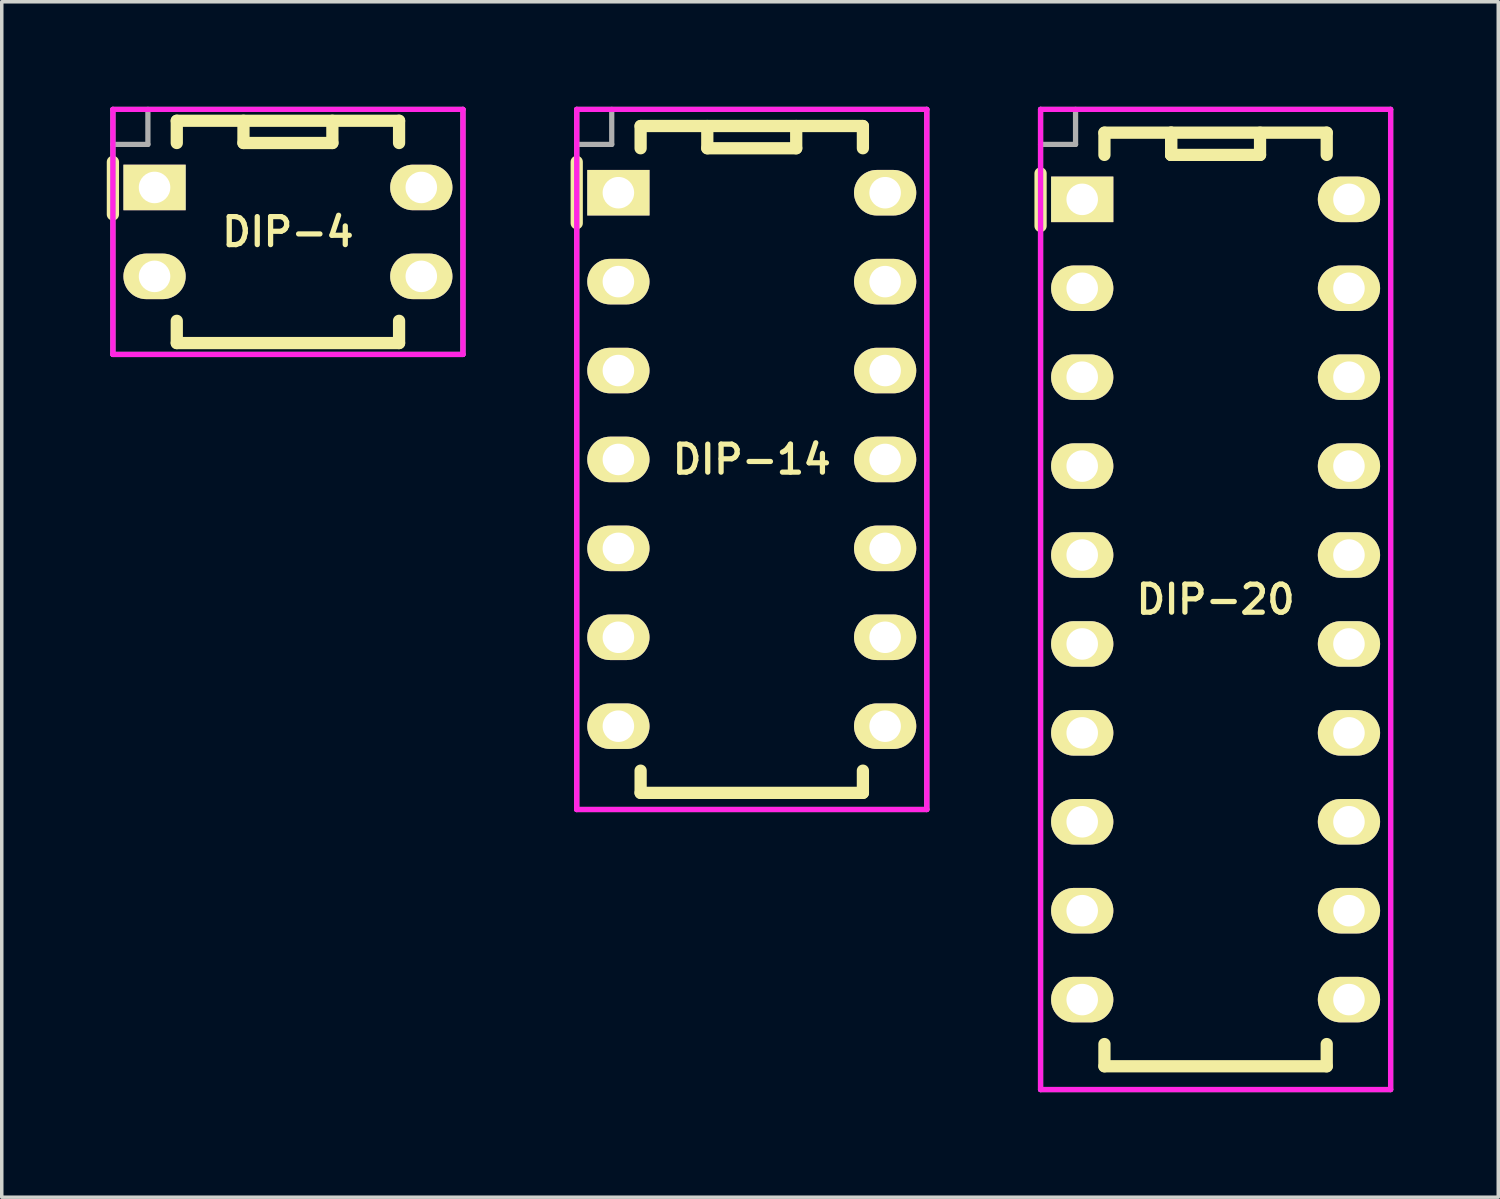
<source format=kicad_pcb>
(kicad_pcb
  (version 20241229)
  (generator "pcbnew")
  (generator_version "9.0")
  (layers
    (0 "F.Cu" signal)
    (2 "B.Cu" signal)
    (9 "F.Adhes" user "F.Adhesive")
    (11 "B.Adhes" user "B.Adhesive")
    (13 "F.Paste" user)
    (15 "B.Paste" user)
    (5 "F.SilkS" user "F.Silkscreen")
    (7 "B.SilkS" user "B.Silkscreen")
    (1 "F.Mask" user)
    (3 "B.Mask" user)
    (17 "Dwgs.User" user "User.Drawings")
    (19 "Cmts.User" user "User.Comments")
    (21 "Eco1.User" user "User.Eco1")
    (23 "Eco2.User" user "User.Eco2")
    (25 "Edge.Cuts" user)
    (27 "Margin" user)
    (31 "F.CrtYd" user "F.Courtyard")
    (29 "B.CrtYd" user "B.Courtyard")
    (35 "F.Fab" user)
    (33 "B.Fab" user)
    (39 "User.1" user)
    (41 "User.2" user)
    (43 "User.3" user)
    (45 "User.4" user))
  (footprint "DIP-14"
    (layer "F.Cu")
    (at 18.425 10.075)
    (property "Reference" "DIP-14" (at 0 0 0) (layer "F.SilkS") (effects (font (size 0.8 0.8) (thickness 0.15))))
    (attr through_hole)
    (fp_line (start -5 -8.5) (end -5 -6.75) (stroke (width 0.35) (type solid)) (layer "F.SilkS"))
    (fp_line (start -3.175 -9.525) (end 3.175 -9.525) (stroke (width 0.35) (type solid)) (layer "F.SilkS"))
    (fp_line (start -3.175 -8.89) (end -3.175 -9.525) (stroke (width 0.35) (type solid)) (layer "F.SilkS"))
    (fp_line (start -3.175 8.89) (end -3.175 9.525) (stroke (width 0.35) (type solid)) (layer "F.SilkS"))
    (fp_line (start -3.175 9.525) (end 3.175 9.525) (stroke (width 0.35) (type solid)) (layer "F.SilkS"))
    (fp_line (start -1.27 -9.525) (end -1.27 -8.89) (stroke (width 0.35) (type solid)) (layer "F.SilkS"))
    (fp_line (start -1.27 -8.89) (end 1.27 -8.89) (stroke (width 0.35) (type solid)) (layer "F.SilkS"))
    (fp_line (start 1.27 -8.89) (end 1.27 -9.525) (stroke (width 0.35) (type solid)) (layer "F.SilkS"))
    (fp_line (start 3.175 -9.525) (end 3.175 -8.89) (stroke (width 0.35) (type solid)) (layer "F.SilkS"))
    (fp_line (start 3.175 9.525) (end 3.175 8.89) (stroke (width 0.35) (type solid)) (layer "F.SilkS"))
    (fp_line (start -5 -10) (end 5 -10) (stroke (width 0.15) (type solid)) (layer "F.CrtYd"))
    (fp_line (start -5 10) (end -5 -10) (stroke (width 0.15) (type solid)) (layer "F.CrtYd"))
    (fp_line (start 5 -10) (end 5 10) (stroke (width 0.15) (type solid)) (layer "F.CrtYd"))
    (fp_line (start 5 10) (end -5 10) (stroke (width 0.15) (type solid)) (layer "F.CrtYd"))
    (fp_line (start -5 -10) (end 5 -10) (stroke (width 0.15) (type solid)) (layer "F.Fab"))
    (fp_line (start -5 10) (end -5 -10) (stroke (width 0.15) (type solid)) (layer "F.Fab"))
    (fp_line (start -4 -10) (end -4 -9) (stroke (width 0.15) (type solid)) (layer "F.Fab"))
    (fp_line (start -4 -9) (end -5 -9) (stroke (width 0.15) (type solid)) (layer "F.Fab"))
    (fp_line (start 5 -10) (end 5 10) (stroke (width 0.15) (type solid)) (layer "F.Fab"))
    (fp_line (start 5 10) (end -5 10) (stroke (width 0.15) (type solid)) (layer "F.Fab"))
    (pad "1" thru_hole rect (at -3.81 -7.62) (size 1.778 1.3) (drill 0.9) (layers "*.Cu" "*.Mask" "F.SilkS"))
    (pad "2" thru_hole oval (at -3.81 -5.08) (size 1.778 1.3) (drill 0.9) (layers "*.Cu" "*.Mask" "F.SilkS"))
    (pad "3" thru_hole oval (at -3.81 -2.54) (size 1.778 1.3) (drill 0.9) (layers "*.Cu" "*.Mask" "F.SilkS"))
    (pad "4" thru_hole oval (at -3.81 0) (size 1.778 1.3) (drill 0.9) (layers "*.Cu" "*.Mask" "F.SilkS"))
    (pad "5" thru_hole oval (at -3.81 2.54) (size 1.778 1.3) (drill 0.9) (layers "*.Cu" "*.Mask" "F.SilkS"))
    (pad "6" thru_hole oval (at -3.81 5.08) (size 1.778 1.3) (drill 0.9) (layers "*.Cu" "*.Mask" "F.SilkS"))
    (pad "7" thru_hole oval (at -3.81 7.62) (size 1.778 1.3) (drill 0.9) (layers "*.Cu" "*.Mask" "F.SilkS"))
    (pad "8" thru_hole oval (at 3.81 7.62) (size 1.778 1.3) (drill 0.9) (layers "*.Cu" "*.Mask" "F.SilkS"))
    (pad "9" thru_hole oval (at 3.81 5.08) (size 1.778 1.3) (drill 0.9) (layers "*.Cu" "*.Mask" "F.SilkS"))
    (pad "10" thru_hole oval (at 3.81 2.54) (size 1.778 1.3) (drill 0.9) (layers "*.Cu" "*.Mask" "F.SilkS"))
    (pad "11" thru_hole oval (at 3.81 0) (size 1.778 1.3) (drill 0.9) (layers "*.Cu" "*.Mask" "F.SilkS"))
    (pad "12" thru_hole oval (at 3.81 -2.54) (size 1.778 1.3) (drill 0.9) (layers "*.Cu" "*.Mask" "F.SilkS"))
    (pad "13" thru_hole oval (at 3.81 -5.08) (size 1.778 1.3) (drill 0.9) (layers "*.Cu" "*.Mask" "F.SilkS"))
    (pad "14" thru_hole oval (at 3.81 -7.62) (size 1.778 1.3) (drill 0.9) (layers "*.Cu" "*.Mask" "F.SilkS")))
  (footprint "DIP-20"
    (layer "F.Cu")
    (at 31.675 14.075)
    (property "Reference" "DIP-20" (at 0 0 0) (layer "F.SilkS") (effects (font (size 0.8 0.8) (thickness 0.15))))
    (attr through_hole)
    (fp_line (start -5 -12.17) (end -5 -10.67) (stroke (width 0.35) (type solid)) (layer "F.SilkS"))
    (fp_line (start -3.175 -13.335) (end 3.175 -13.335) (stroke (width 0.35) (type solid)) (layer "F.SilkS"))
    (fp_line (start -3.175 -12.7) (end -3.175 -13.335) (stroke (width 0.35) (type solid)) (layer "F.SilkS"))
    (fp_line (start -3.175 12.7) (end -3.175 13.335) (stroke (width 0.35) (type solid)) (layer "F.SilkS"))
    (fp_line (start -3.175 13.335) (end 3.175 13.335) (stroke (width 0.35) (type solid)) (layer "F.SilkS"))
    (fp_line (start -1.27 -13.335) (end -1.27 -12.7) (stroke (width 0.35) (type solid)) (layer "F.SilkS"))
    (fp_line (start -1.27 -12.7) (end -1.27 -13.335) (stroke (width 0.35) (type solid)) (layer "F.SilkS"))
    (fp_line (start -1.27 -12.7) (end 1.27 -12.7) (stroke (width 0.35) (type solid)) (layer "F.SilkS"))
    (fp_line (start 1.27 -12.7) (end 1.27 -13.335) (stroke (width 0.35) (type solid)) (layer "F.SilkS"))
    (fp_line (start 3.175 -13.335) (end 3.175 -12.7) (stroke (width 0.35) (type solid)) (layer "F.SilkS"))
    (fp_line (start 3.175 13.335) (end 3.175 12.7) (stroke (width 0.35) (type solid)) (layer "F.SilkS"))
    (fp_line (start -5 -14) (end 5 -14) (stroke (width 0.15) (type solid)) (layer "F.CrtYd"))
    (fp_line (start -5 14) (end -5 -14) (stroke (width 0.15) (type solid)) (layer "F.CrtYd"))
    (fp_line (start 5 -14) (end 5 14) (stroke (width 0.15) (type solid)) (layer "F.CrtYd"))
    (fp_line (start 5 14) (end -5 14) (stroke (width 0.15) (type solid)) (layer "F.CrtYd"))
    (fp_line (start -5 -14) (end 5 -14) (stroke (width 0.15) (type solid)) (layer "F.Fab"))
    (fp_line (start -5 -13) (end -4 -13) (stroke (width 0.15) (type solid)) (layer "F.Fab"))
    (fp_line (start -5 14) (end -5 -14) (stroke (width 0.15) (type solid)) (layer "F.Fab"))
    (fp_line (start -4 -13) (end -4 -14) (stroke (width 0.15) (type solid)) (layer "F.Fab"))
    (fp_line (start 5 -14) (end 5 14) (stroke (width 0.15) (type solid)) (layer "F.Fab"))
    (fp_line (start 5 14) (end -5 14) (stroke (width 0.15) (type solid)) (layer "F.Fab"))
    (pad "1" thru_hole rect (at -3.81 -11.43) (size 1.778 1.3) (drill 0.9) (layers "*.Cu" "*.Mask" "F.SilkS"))
    (pad "2" thru_hole oval (at -3.81 -8.89) (size 1.778 1.3) (drill 0.9) (layers "*.Cu" "*.Mask" "F.SilkS"))
    (pad "3" thru_hole oval (at -3.81 -6.35) (size 1.778 1.3) (drill 0.9) (layers "*.Cu" "*.Mask" "F.SilkS"))
    (pad "4" thru_hole oval (at -3.81 -3.81) (size 1.778 1.3) (drill 0.9) (layers "*.Cu" "*.Mask" "F.SilkS"))
    (pad "5" thru_hole oval (at -3.81 -1.27) (size 1.778 1.3) (drill 0.9) (layers "*.Cu" "*.Mask" "F.SilkS"))
    (pad "6" thru_hole oval (at -3.81 1.27) (size 1.778 1.3) (drill 0.9) (layers "*.Cu" "*.Mask" "F.SilkS"))
    (pad "7" thru_hole oval (at -3.81 3.81) (size 1.778 1.3) (drill 0.9) (layers "*.Cu" "*.Mask" "F.SilkS"))
    (pad "8" thru_hole oval (at -3.81 6.35) (size 1.778 1.3) (drill 0.9) (layers "*.Cu" "*.Mask" "F.SilkS"))
    (pad "9" thru_hole oval (at -3.81 8.89) (size 1.778 1.3) (drill 0.9) (layers "*.Cu" "*.Mask" "F.SilkS"))
    (pad "10" thru_hole oval (at -3.81 11.43) (size 1.778 1.3) (drill 0.9) (layers "*.Cu" "*.Mask" "F.SilkS"))
    (pad "11" thru_hole oval (at 3.81 11.43) (size 1.778 1.3) (drill 0.9) (layers "*.Cu" "*.Mask" "F.SilkS"))
    (pad "12" thru_hole oval (at 3.81 8.89) (size 1.778 1.3) (drill 0.9) (layers "*.Cu" "*.Mask" "F.SilkS"))
    (pad "13" thru_hole oval (at 3.81 6.35) (size 1.778 1.3) (drill 0.9) (layers "*.Cu" "*.Mask" "F.SilkS"))
    (pad "14" thru_hole oval (at 3.81 3.81) (size 1.778 1.3) (drill 0.9) (layers "*.Cu" "*.Mask" "F.SilkS"))
    (pad "15" thru_hole oval (at 3.81 1.27) (size 1.778 1.3) (drill 0.9) (layers "*.Cu" "*.Mask" "F.SilkS"))
    (pad "16" thru_hole oval (at 3.81 -1.27) (size 1.778 1.3) (drill 0.9) (layers "*.Cu" "*.Mask" "F.SilkS"))
    (pad "17" thru_hole oval (at 3.81 -3.81) (size 1.778 1.3) (drill 0.9) (layers "*.Cu" "*.Mask" "F.SilkS"))
    (pad "18" thru_hole oval (at 3.81 -6.35) (size 1.778 1.3) (drill 0.9) (layers "*.Cu" "*.Mask" "F.SilkS"))
    (pad "19" thru_hole oval (at 3.81 -8.89) (size 1.778 1.3) (drill 0.9) (layers "*.Cu" "*.Mask" "F.SilkS"))
    (pad "20" thru_hole oval (at 3.81 -11.43) (size 1.778 1.3) (drill 0.9) (layers "*.Cu" "*.Mask" "F.SilkS")))
  (footprint "DIP-4"
    (layer "F.Cu")
    (at 5.175 3.575)
    (property "Reference" "DIP-4" (at 0 0 0) (layer "F.SilkS") (effects (font (size 0.8 0.8) (thickness 0.15))))
    (attr through_hole)
    (fp_line (start -5 -2) (end -5 -0.5) (stroke (width 0.35) (type solid)) (layer "F.SilkS"))
    (fp_line (start -3.175 -3.175) (end -3.175 -2.54) (stroke (width 0.35) (type solid)) (layer "F.SilkS"))
    (fp_line (start -3.175 2.54) (end -3.175 3.175) (stroke (width 0.35) (type solid)) (layer "F.SilkS"))
    (fp_line (start -3.175 3.175) (end 3.175 3.175) (stroke (width 0.35) (type solid)) (layer "F.SilkS"))
    (fp_line (start -1.27 -2.54) (end -1.27 -3.175) (stroke (width 0.35) (type solid)) (layer "F.SilkS"))
    (fp_line (start 1.27 -3.175) (end 1.27 -2.54) (stroke (width 0.35) (type solid)) (layer "F.SilkS"))
    (fp_line (start 1.27 -2.54) (end -1.27 -2.54) (stroke (width 0.35) (type solid)) (layer "F.SilkS"))
    (fp_line (start 3.175 -3.175) (end -3.175 -3.175) (stroke (width 0.35) (type solid)) (layer "F.SilkS"))
    (fp_line (start 3.175 -2.54) (end 3.175 -3.175) (stroke (width 0.35) (type solid)) (layer "F.SilkS"))
    (fp_line (start 3.175 3.175) (end 3.175 2.54) (stroke (width 0.35) (type solid)) (layer "F.SilkS"))
    (fp_line (start -5 -3.5) (end 5 -3.5) (stroke (width 0.15) (type solid)) (layer "F.CrtYd"))
    (fp_line (start -5 3.5) (end -5 -3.5) (stroke (width 0.15) (type solid)) (layer "F.CrtYd"))
    (fp_line (start 5 -3.5) (end 5 3.5) (stroke (width 0.15) (type solid)) (layer "F.CrtYd"))
    (fp_line (start 5 3.5) (end -5 3.5) (stroke (width 0.15) (type solid)) (layer "F.CrtYd"))
    (fp_line (start -5 -3.5) (end 5 -3.5) (stroke (width 0.15) (type solid)) (layer "F.Fab"))
    (fp_line (start -5 3.5) (end -5 -3.5) (stroke (width 0.15) (type solid)) (layer "F.Fab"))
    (fp_line (start -4 -3.5) (end -4 -2.5) (stroke (width 0.15) (type solid)) (layer "F.Fab"))
    (fp_line (start -4 -2.5) (end -5 -2.5) (stroke (width 0.15) (type solid)) (layer "F.Fab"))
    (fp_line (start 5 -3.5) (end 5 3.5) (stroke (width 0.15) (type solid)) (layer "F.Fab"))
    (fp_line (start 5 3.5) (end -5 3.5) (stroke (width 0.15) (type solid)) (layer "F.Fab"))
    (pad "1" thru_hole rect (at -3.81 -1.27) (size 1.778 1.3) (drill 0.9) (layers "*.Cu" "*.Mask" "F.SilkS"))
    (pad "2" thru_hole oval (at -3.81 1.27) (size 1.778 1.3) (drill 0.9) (layers "*.Cu" "*.Mask" "F.SilkS"))
    (pad "3" thru_hole oval (at 3.81 1.27) (size 1.778 1.3) (drill 0.9) (layers "*.Cu" "*.Mask" "F.SilkS"))
    (pad "4" thru_hole oval (at 3.81 -1.27) (size 1.778 1.3) (drill 0.9) (layers "*.Cu" "*.Mask" "F.SilkS")))
  (gr_rect
    (start -3 -3)
    (end 39.75 31.15)
    (stroke (width 0.1) (type default))
    (fill no)
    (layer "Edge.Cuts")))
</source>
